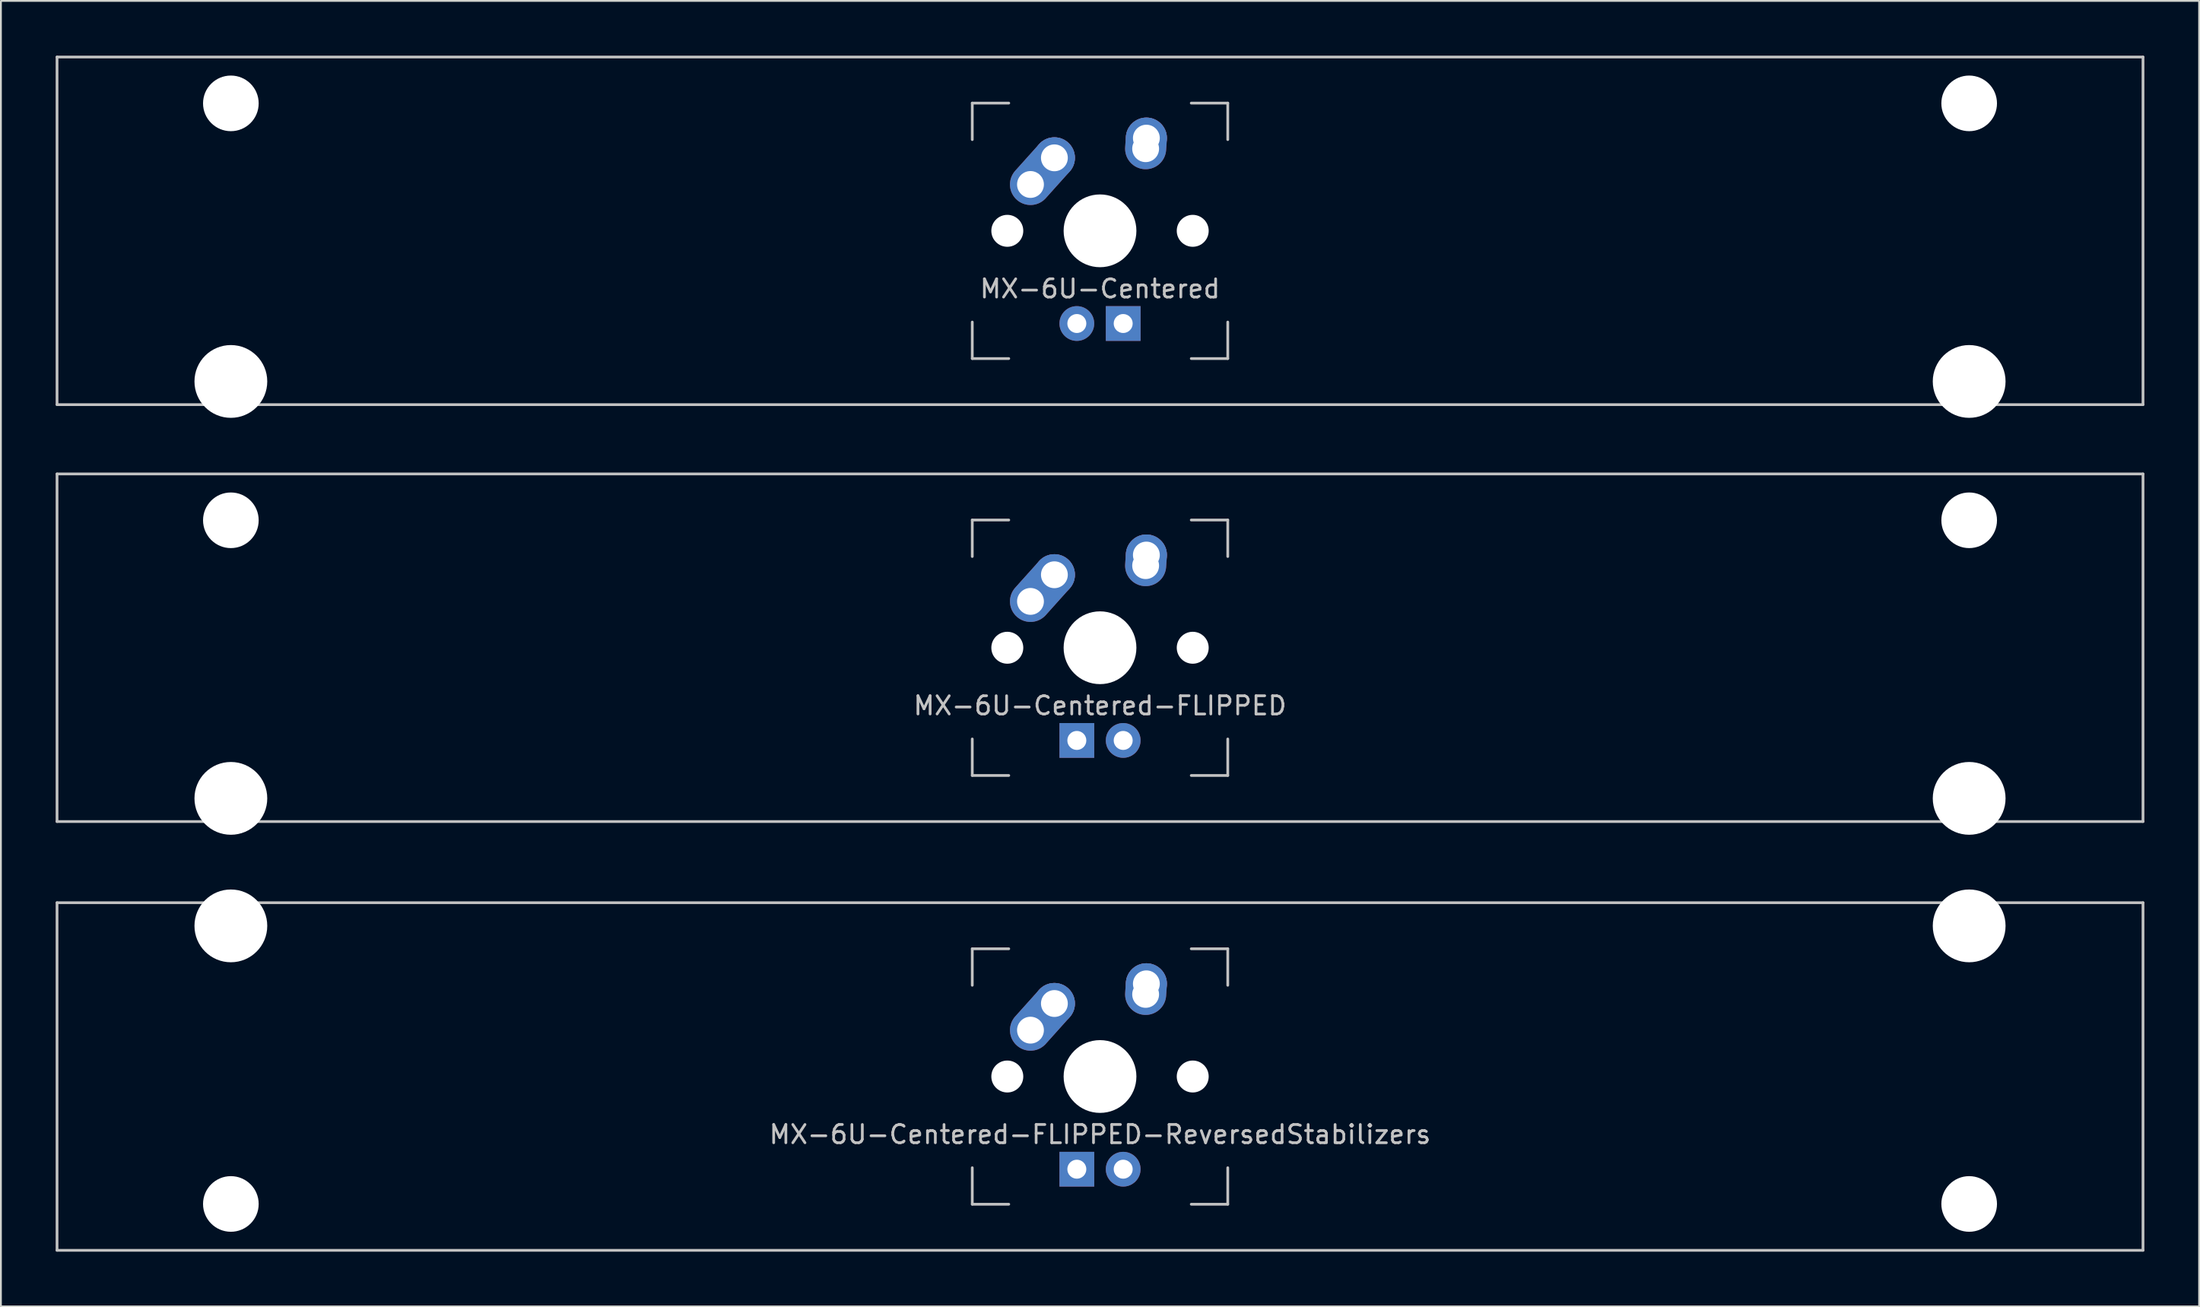
<source format=kicad_pcb>
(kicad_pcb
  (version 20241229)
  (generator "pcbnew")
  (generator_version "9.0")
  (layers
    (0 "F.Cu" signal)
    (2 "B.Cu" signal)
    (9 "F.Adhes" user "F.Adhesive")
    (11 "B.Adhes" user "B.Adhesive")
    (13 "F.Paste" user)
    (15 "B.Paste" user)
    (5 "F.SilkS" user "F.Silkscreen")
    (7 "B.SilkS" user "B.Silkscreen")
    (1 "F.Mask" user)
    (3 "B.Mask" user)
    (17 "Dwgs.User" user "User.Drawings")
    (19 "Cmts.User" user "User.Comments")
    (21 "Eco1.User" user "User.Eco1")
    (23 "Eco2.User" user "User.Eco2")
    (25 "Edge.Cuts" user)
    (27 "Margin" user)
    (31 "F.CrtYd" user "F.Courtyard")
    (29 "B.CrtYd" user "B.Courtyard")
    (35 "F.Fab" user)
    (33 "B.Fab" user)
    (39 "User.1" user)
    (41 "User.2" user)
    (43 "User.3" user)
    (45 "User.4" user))
  (footprint "MX-6U-Centered-FLIPPED-ReversedStabilizers"
    (layer "F.Cu")
    (at 57.225 55.947)
    (property "Reference" "MX-6U-Centered-FLIPPED-ReversedStabilizers" (at 0 3.175 0) (layer "Dwgs.User") (effects (font (size 1 1) (thickness 0.15))))
    (attr through_hole)
    (fp_line (start -57.15 -9.525) (end 57.15 -9.525) (stroke (width 0.15) (type solid)) (layer "Dwgs.User"))
    (fp_line (start -57.15 9.525) (end -57.15 -9.525) (stroke (width 0.15) (type solid)) (layer "Dwgs.User"))
    (fp_line (start -57.15 9.525) (end 57.15 9.525) (stroke (width 0.15) (type solid)) (layer "Dwgs.User"))
    (fp_line (start -7 -7) (end -7 -5) (stroke (width 0.15) (type solid)) (layer "Dwgs.User"))
    (fp_line (start -7 5) (end -7 7) (stroke (width 0.15) (type solid)) (layer "Dwgs.User"))
    (fp_line (start -7 7) (end -5 7) (stroke (width 0.15) (type solid)) (layer "Dwgs.User"))
    (fp_line (start -5 -7) (end -7 -7) (stroke (width 0.15) (type solid)) (layer "Dwgs.User"))
    (fp_line (start 5 -7) (end 7 -7) (stroke (width 0.15) (type solid)) (layer "Dwgs.User"))
    (fp_line (start 5 7) (end 7 7) (stroke (width 0.15) (type solid)) (layer "Dwgs.User"))
    (fp_line (start 7 -7) (end 7 -5) (stroke (width 0.15) (type solid)) (layer "Dwgs.User"))
    (fp_line (start 7 7) (end 7 5) (stroke (width 0.15) (type solid)) (layer "Dwgs.User"))
    (fp_line (start 57.15 -9.525) (end 57.15 9.525) (stroke (width 0.15) (type solid)) (layer "Dwgs.User"))
    (pad "" np_thru_hole circle (at -47.625 -8.255) (size 3.988 3.988) (drill 3.988) (layers "*.Cu" "*.Mask"))
    (pad "" np_thru_hole circle (at -47.625 6.985) (size 3.048 3.048) (drill 3.048) (layers "*.Cu" "*.Mask"))
    (pad "" np_thru_hole circle (at -5.08 0 48.1) (size 1.75 1.75) (drill 1.75) (layers "*.Cu" "*.Mask"))
    (pad "" np_thru_hole circle (at 0 0) (size 3.988 3.988) (drill 3.988) (layers "*.Cu" "*.Mask"))
    (pad "" np_thru_hole circle (at 5.08 0 48.1) (size 1.75 1.75) (drill 1.75) (layers "*.Cu" "*.Mask"))
    (pad "" np_thru_hole circle (at 47.625 -8.255) (size 3.988 3.988) (drill 3.988) (layers "*.Cu" "*.Mask"))
    (pad "" np_thru_hole circle (at 47.625 6.985) (size 3.048 3.048) (drill 3.048) (layers "*.Cu" "*.Mask"))
    (pad "1" thru_hole oval (at -3.81 -2.54 48.1) (size 4.212 2.25) (drill 1.47 (offset 0.981 0)) (layers "*.Cu" "B.Mask"))
    (pad "1" thru_hole circle (at -2.5 -4) (size 2.25 2.25) (drill 1.47) (layers "*.Cu" "B.Mask"))
    (pad "2" thru_hole oval (at 2.5 -4.5 86.055) (size 2.831 2.25) (drill 1.47 (offset 0.291 0)) (layers "*.Cu" "B.Mask"))
    (pad "2" thru_hole circle (at 2.54 -5.08) (size 2.25 2.25) (drill 1.47) (layers "*.Cu" "B.Mask"))
    (pad "3" thru_hole circle (at 1.27 5.08) (size 1.905 1.905) (drill 1.04) (layers "*.Cu" "B.Mask"))
    (pad "4" thru_hole rect (at -1.27 5.08) (size 1.905 1.905) (drill 1.04) (layers "*.Cu" "B.Mask")))
  (footprint "MX-6U-Centered-FLIPPED"
    (layer "F.Cu")
    (at 57.225 32.449)
    (property "Reference" "MX-6U-Centered-FLIPPED" (at 0 3.175 0) (layer "Dwgs.User") (effects (font (size 1 1) (thickness 0.15))))
    (attr through_hole)
    (fp_line (start -57.15 -9.525) (end 57.15 -9.525) (stroke (width 0.15) (type solid)) (layer "Dwgs.User"))
    (fp_line (start -57.15 9.525) (end -57.15 -9.525) (stroke (width 0.15) (type solid)) (layer "Dwgs.User"))
    (fp_line (start -57.15 9.525) (end 57.15 9.525) (stroke (width 0.15) (type solid)) (layer "Dwgs.User"))
    (fp_line (start -7 -7) (end -7 -5) (stroke (width 0.15) (type solid)) (layer "Dwgs.User"))
    (fp_line (start -7 5) (end -7 7) (stroke (width 0.15) (type solid)) (layer "Dwgs.User"))
    (fp_line (start -7 7) (end -5 7) (stroke (width 0.15) (type solid)) (layer "Dwgs.User"))
    (fp_line (start -5 -7) (end -7 -7) (stroke (width 0.15) (type solid)) (layer "Dwgs.User"))
    (fp_line (start 5 -7) (end 7 -7) (stroke (width 0.15) (type solid)) (layer "Dwgs.User"))
    (fp_line (start 5 7) (end 7 7) (stroke (width 0.15) (type solid)) (layer "Dwgs.User"))
    (fp_line (start 7 -7) (end 7 -5) (stroke (width 0.15) (type solid)) (layer "Dwgs.User"))
    (fp_line (start 7 7) (end 7 5) (stroke (width 0.15) (type solid)) (layer "Dwgs.User"))
    (fp_line (start 57.15 -9.525) (end 57.15 9.525) (stroke (width 0.15) (type solid)) (layer "Dwgs.User"))
    (pad "" np_thru_hole circle (at -47.625 -6.985) (size 3.048 3.048) (drill 3.048) (layers "*.Cu" "*.Mask"))
    (pad "" np_thru_hole circle (at -47.625 8.255) (size 3.988 3.988) (drill 3.988) (layers "*.Cu" "*.Mask"))
    (pad "" np_thru_hole circle (at -5.08 0 48.1) (size 1.75 1.75) (drill 1.75) (layers "*.Cu" "*.Mask"))
    (pad "" np_thru_hole circle (at 0 0) (size 3.988 3.988) (drill 3.988) (layers "*.Cu" "*.Mask"))
    (pad "" np_thru_hole circle (at 5.08 0 48.1) (size 1.75 1.75) (drill 1.75) (layers "*.Cu" "*.Mask"))
    (pad "" np_thru_hole circle (at 47.625 -6.985) (size 3.048 3.048) (drill 3.048) (layers "*.Cu" "*.Mask"))
    (pad "" np_thru_hole circle (at 47.625 8.255) (size 3.988 3.988) (drill 3.988) (layers "*.Cu" "*.Mask"))
    (pad "1" thru_hole oval (at -3.81 -2.54 48.1) (size 4.212 2.25) (drill 1.47 (offset 0.981 0)) (layers "*.Cu" "B.Mask"))
    (pad "1" thru_hole circle (at -2.5 -4) (size 2.25 2.25) (drill 1.47) (layers "*.Cu" "B.Mask"))
    (pad "2" thru_hole oval (at 2.5 -4.5 86.055) (size 2.831 2.25) (drill 1.47 (offset 0.291 0)) (layers "*.Cu" "B.Mask"))
    (pad "2" thru_hole circle (at 2.54 -5.08) (size 2.25 2.25) (drill 1.47) (layers "*.Cu" "B.Mask"))
    (pad "3" thru_hole circle (at 1.27 5.08) (size 1.905 1.905) (drill 1.04) (layers "*.Cu" "B.Mask"))
    (pad "4" thru_hole rect (at -1.27 5.08) (size 1.905 1.905) (drill 1.04) (layers "*.Cu" "B.Mask")))
  (footprint "MX-6U-Centered"
    (layer "F.Cu")
    (at 57.225 9.6)
    (property "Reference" "MX-6U-Centered" (at 0 3.175 0) (layer "Dwgs.User") (effects (font (size 1 1) (thickness 0.15))))
    (attr through_hole)
    (fp_line (start -57.15 -9.525) (end 57.15 -9.525) (stroke (width 0.15) (type solid)) (layer "Dwgs.User"))
    (fp_line (start -57.15 9.525) (end -57.15 -9.525) (stroke (width 0.15) (type solid)) (layer "Dwgs.User"))
    (fp_line (start -57.15 9.525) (end 57.15 9.525) (stroke (width 0.15) (type solid)) (layer "Dwgs.User"))
    (fp_line (start -7 -7) (end -7 -5) (stroke (width 0.15) (type solid)) (layer "Dwgs.User"))
    (fp_line (start -7 5) (end -7 7) (stroke (width 0.15) (type solid)) (layer "Dwgs.User"))
    (fp_line (start -7 7) (end -5 7) (stroke (width 0.15) (type solid)) (layer "Dwgs.User"))
    (fp_line (start -5 -7) (end -7 -7) (stroke (width 0.15) (type solid)) (layer "Dwgs.User"))
    (fp_line (start 5 -7) (end 7 -7) (stroke (width 0.15) (type solid)) (layer "Dwgs.User"))
    (fp_line (start 5 7) (end 7 7) (stroke (width 0.15) (type solid)) (layer "Dwgs.User"))
    (fp_line (start 7 -7) (end 7 -5) (stroke (width 0.15) (type solid)) (layer "Dwgs.User"))
    (fp_line (start 7 7) (end 7 5) (stroke (width 0.15) (type solid)) (layer "Dwgs.User"))
    (fp_line (start 57.15 -9.525) (end 57.15 9.525) (stroke (width 0.15) (type solid)) (layer "Dwgs.User"))
    (pad "" np_thru_hole circle (at -47.625 -6.985) (size 3.048 3.048) (drill 3.048) (layers "*.Cu" "*.Mask"))
    (pad "" np_thru_hole circle (at -47.625 8.255) (size 3.988 3.988) (drill 3.988) (layers "*.Cu" "*.Mask"))
    (pad "" np_thru_hole circle (at -5.08 0 48.1) (size 1.75 1.75) (drill 1.75) (layers "*.Cu" "*.Mask"))
    (pad "" np_thru_hole circle (at 0 0) (size 3.988 3.988) (drill 3.988) (layers "*.Cu" "*.Mask"))
    (pad "" np_thru_hole circle (at 5.08 0 48.1) (size 1.75 1.75) (drill 1.75) (layers "*.Cu" "*.Mask"))
    (pad "" np_thru_hole circle (at 47.625 -6.985) (size 3.048 3.048) (drill 3.048) (layers "*.Cu" "*.Mask"))
    (pad "" np_thru_hole circle (at 47.625 8.255) (size 3.988 3.988) (drill 3.988) (layers "*.Cu" "*.Mask"))
    (pad "1" thru_hole oval (at -3.81 -2.54 48.1) (size 4.212 2.25) (drill 1.47 (offset 0.981 0)) (layers "*.Cu" "B.Mask"))
    (pad "1" thru_hole circle (at -2.5 -4) (size 2.25 2.25) (drill 1.47) (layers "*.Cu" "B.Mask"))
    (pad "2" thru_hole oval (at 2.5 -4.5 86.055) (size 2.831 2.25) (drill 1.47 (offset 0.291 0)) (layers "*.Cu" "B.Mask"))
    (pad "2" thru_hole circle (at 2.54 -5.08) (size 2.25 2.25) (drill 1.47) (layers "*.Cu" "B.Mask"))
    (pad "3" thru_hole circle (at -1.27 5.08) (size 1.905 1.905) (drill 1.04) (layers "*.Cu" "B.Mask"))
    (pad "4" thru_hole rect (at 1.27 5.08) (size 1.905 1.905) (drill 1.04) (layers "*.Cu" "B.Mask")))
  (gr_rect
    (start -3 -3)
    (end 117.45 68.547)
    (stroke (width 0.1) (type default))
    (fill no)
    (layer "Edge.Cuts")))
</source>
